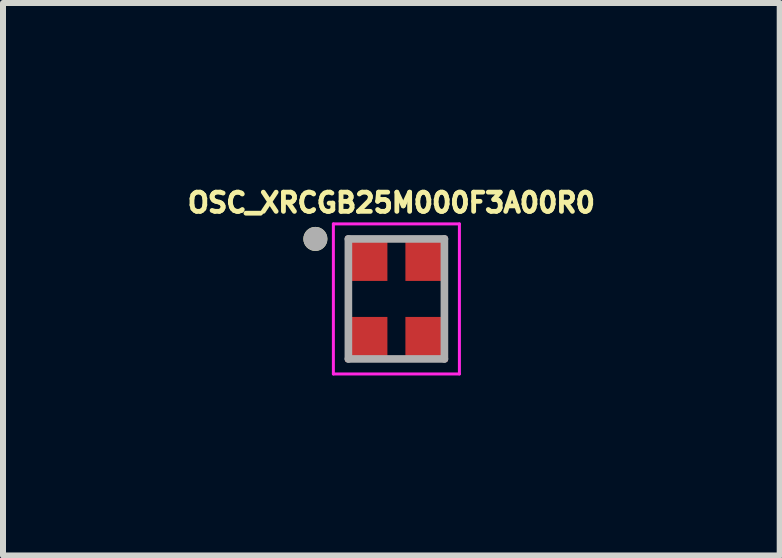
<source format=kicad_pcb>
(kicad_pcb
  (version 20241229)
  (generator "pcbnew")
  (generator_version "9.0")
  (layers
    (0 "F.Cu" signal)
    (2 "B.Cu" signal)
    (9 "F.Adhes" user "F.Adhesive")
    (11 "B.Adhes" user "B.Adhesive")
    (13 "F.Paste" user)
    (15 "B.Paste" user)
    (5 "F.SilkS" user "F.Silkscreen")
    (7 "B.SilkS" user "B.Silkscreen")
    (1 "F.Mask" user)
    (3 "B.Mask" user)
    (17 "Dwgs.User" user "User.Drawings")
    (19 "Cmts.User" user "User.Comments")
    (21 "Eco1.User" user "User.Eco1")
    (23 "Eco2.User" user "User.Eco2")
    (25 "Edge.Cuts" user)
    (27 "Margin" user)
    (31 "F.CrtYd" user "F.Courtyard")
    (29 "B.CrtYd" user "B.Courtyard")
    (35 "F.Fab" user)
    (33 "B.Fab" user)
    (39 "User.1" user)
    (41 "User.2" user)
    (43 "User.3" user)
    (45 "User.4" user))
  (footprint "OSC_XRCGB25M000F3A00R0"
    (layer "F.Cu")
    (at 3.555 1.931)
    (property "Reference" "OSC_XRCGB25M000F3A00R0" (at -0.084 -1.603 0) (layer "F.SilkS") (effects (font (size 0.32 0.32) (thickness 0.15))))
    (attr smd)
    (fp_circle (center -1.35 -1) (end -1.25 -1) (stroke (width 0.2) (type solid)) (fill no) (layer "F.SilkS"))
    (fp_line (start -1.05 -1.25) (end 1.05 -1.25) (stroke (width 0.05) (type solid)) (layer "F.CrtYd"))
    (fp_line (start -1.05 1.25) (end -1.05 -1.25) (stroke (width 0.05) (type solid)) (layer "F.CrtYd"))
    (fp_line (start 1.05 -1.25) (end 1.05 1.25) (stroke (width 0.05) (type solid)) (layer "F.CrtYd"))
    (fp_line (start 1.05 1.25) (end -1.05 1.25) (stroke (width 0.05) (type solid)) (layer "F.CrtYd"))
    (fp_line (start -0.8 -1) (end 0.8 -1) (stroke (width 0.127) (type solid)) (layer "F.Fab"))
    (fp_line (start -0.8 1) (end -0.8 -1) (stroke (width 0.127) (type solid)) (layer "F.Fab"))
    (fp_line (start 0.8 -1) (end 0.8 1) (stroke (width 0.127) (type solid)) (layer "F.Fab"))
    (fp_line (start 0.8 1) (end -0.8 1) (stroke (width 0.127) (type solid)) (layer "F.Fab"))
    (fp_circle (center -1.35 -1) (end -1.25 -1) (stroke (width 0.2) (type solid)) (fill no) (layer "F.Fab"))
    (pad "1" smd rect (at -0.5 -0.675) (size 0.7 0.75) (layers "F.Cu" "F.Mask" "F.Paste"))
    (pad "2" smd rect (at -0.5 0.675) (size 0.7 0.75) (layers "F.Cu" "F.Mask" "F.Paste"))
    (pad "3" smd rect (at 0.5 0.675) (size 0.7 0.75) (layers "F.Cu" "F.Mask" "F.Paste"))
    (pad "4" smd rect (at 0.5 -0.675) (size 0.7 0.75) (layers "F.Cu" "F.Mask" "F.Paste")))
  (gr_rect
    (start -3 -3)
    (end 9.942 6.206)
    (stroke (width 0.1) (type default))
    (fill no)
    (layer "Edge.Cuts")))
</source>
